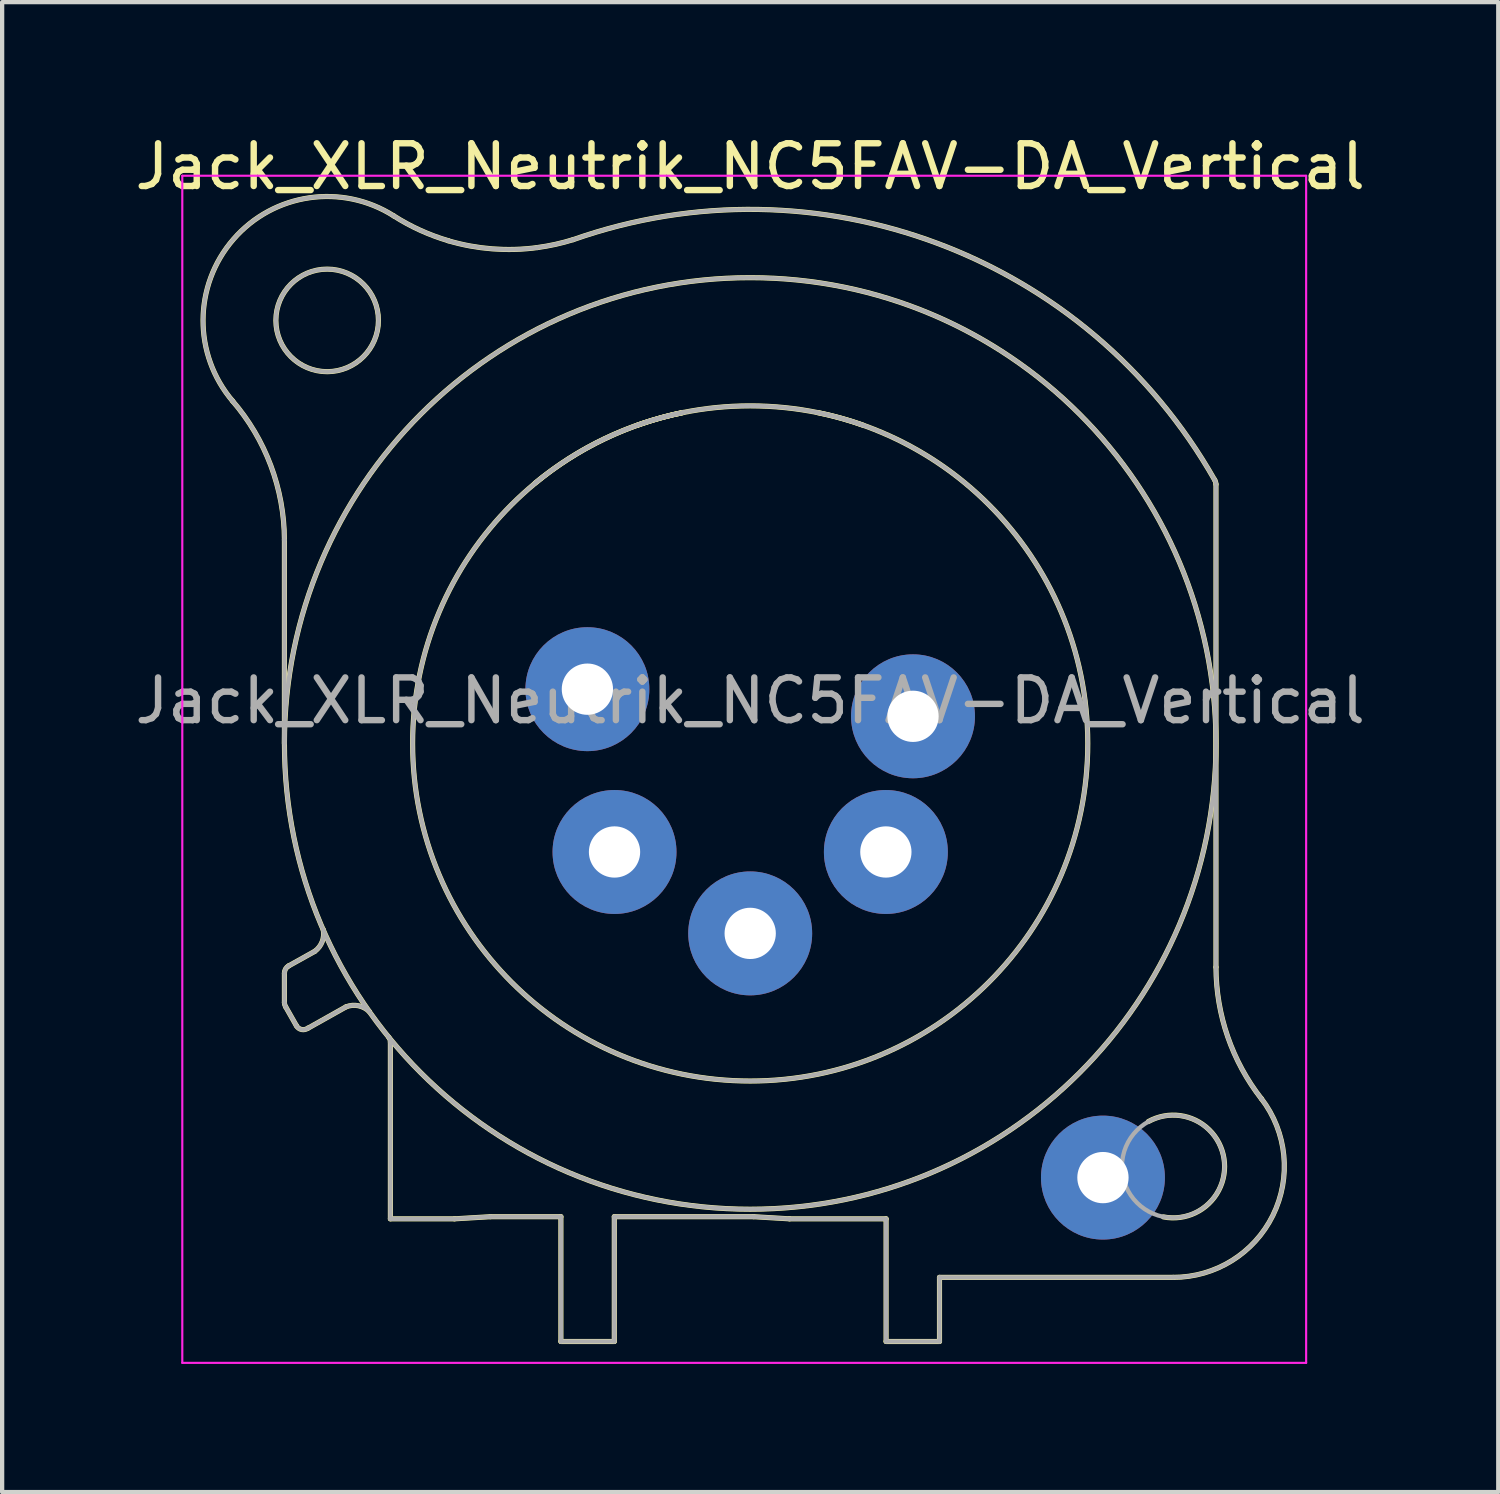
<source format=kicad_pcb>
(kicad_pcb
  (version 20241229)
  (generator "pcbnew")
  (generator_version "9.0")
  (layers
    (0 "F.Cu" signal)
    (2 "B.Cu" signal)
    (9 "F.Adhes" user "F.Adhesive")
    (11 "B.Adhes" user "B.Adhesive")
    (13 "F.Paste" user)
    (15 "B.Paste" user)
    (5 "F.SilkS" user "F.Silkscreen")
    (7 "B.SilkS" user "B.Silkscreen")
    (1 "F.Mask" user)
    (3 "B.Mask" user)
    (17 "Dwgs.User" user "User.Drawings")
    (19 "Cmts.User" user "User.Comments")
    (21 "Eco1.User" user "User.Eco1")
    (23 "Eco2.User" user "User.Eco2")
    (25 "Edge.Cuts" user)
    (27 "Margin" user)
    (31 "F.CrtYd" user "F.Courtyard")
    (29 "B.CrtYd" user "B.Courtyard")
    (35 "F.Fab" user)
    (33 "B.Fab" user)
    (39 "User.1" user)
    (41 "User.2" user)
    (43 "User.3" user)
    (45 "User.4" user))
  (footprint "Jack_XLR_Neutrik_NC5FAV-DA_Vertical"
    (layer "F.Cu")
    (at 18.316 13.713)
    (property "Reference" "Jack_XLR_Neutrik_NC5FAV-DA_Vertical" (at -3.81 -12.865 0) (layer "F.SilkS") (effects (font (size 1 1) (thickness 0.15))))
    (attr through_hole)
    (fp_line (start -14.71 0.635) (end -14.71 -4.13) (stroke (width 0.12) (type solid)) (layer "F.SilkS"))
    (fp_line (start -14.71 6.01) (end -14.71 6.7) (stroke (width 0.12) (type solid)) (layer "F.SilkS"))
    (fp_line (start -14.68 6.8) (end -14.43 7.24) (stroke (width 0.12) (type solid)) (layer "F.SilkS"))
    (fp_line (start -14.61 5.84) (end -14 5.5) (stroke (width 0.12) (type solid)) (layer "F.SilkS"))
    (fp_line (start -14.16 7.3) (end -13.27 6.8) (stroke (width 0.12) (type solid)) (layer "F.SilkS"))
    (fp_line (start -12.23 11.76) (end -12.23 7.62) (stroke (width 0.12) (type solid)) (layer "F.SilkS"))
    (fp_line (start -10.73 11.76) (end -12.23 11.76) (stroke (width 0.12) (type solid)) (layer "F.SilkS"))
    (fp_line (start -9.89 11.71) (end -10.73 11.76) (stroke (width 0.12) (type solid)) (layer "F.SilkS"))
    (fp_line (start -8.24 11.71) (end -9.89 11.71) (stroke (width 0.12) (type solid)) (layer "F.SilkS"))
    (fp_line (start -8.24 11.71) (end -8.24 14.63) (stroke (width 0.12) (type solid)) (layer "F.SilkS"))
    (fp_line (start -6.99 14.63) (end -8.24 14.63) (stroke (width 0.12) (type solid)) (layer "F.SilkS"))
    (fp_line (start -6.99 14.63) (end -6.99 11.71) (stroke (width 0.12) (type solid)) (layer "F.SilkS"))
    (fp_line (start -3.73 11.71) (end -6.99 11.71) (stroke (width 0.12) (type solid)) (layer "F.SilkS"))
    (fp_line (start -2.89 11.76) (end -3.73 11.71) (stroke (width 0.12) (type solid)) (layer "F.SilkS"))
    (fp_line (start -0.63 11.76) (end -2.89 11.76) (stroke (width 0.12) (type solid)) (layer "F.SilkS"))
    (fp_line (start -0.63 11.76) (end -0.63 14.63) (stroke (width 0.12) (type solid)) (layer "F.SilkS"))
    (fp_line (start 0.62 14.63) (end -0.63 14.63) (stroke (width 0.12) (type solid)) (layer "F.SilkS"))
    (fp_line (start 0.62 14.63) (end 0.62 13.13) (stroke (width 0.12) (type solid)) (layer "F.SilkS"))
    (fp_line (start 6.09 13.13) (end 0.62 13.13) (stroke (width 0.12) (type solid)) (layer "F.SilkS"))
    (fp_line (start 7.09 -5.43) (end 7.09 5.87) (stroke (width 0.12) (type solid)) (layer "F.SilkS"))
    (fp_arc (start -15.929066 -7.385564) (mid -15.028115 -5.866905) (end -14.71 -4.13) (stroke (width 0.12) (type solid)) (layer "F.SilkS"))
    (fp_arc (start -15.918146 -7.373153) (mid -15.902506 -11.164998) (end -12.15 -11.71) (stroke (width 0.12) (type solid)) (layer "F.SilkS"))
    (fp_arc (start -14.709743 6.009652) (mid -14.682878 5.9113) (end -14.61 5.84) (stroke (width 0.12) (type solid)) (layer "F.SilkS"))
    (fp_arc (start -14.682649 6.795385) (mid -14.703027 6.749614) (end -14.71 6.7) (stroke (width 0.12) (type solid)) (layer "F.SilkS"))
    (fp_arc (start -14.160142 7.297076) (mid -14.307987 7.329603) (end -14.43 7.24) (stroke (width 0.12) (type solid)) (layer "F.SilkS"))
    (fp_arc (start -13.801628 4.991381) (mid -13.826689 5.274601) (end -14 5.5) (stroke (width 0.12) (type solid)) (layer "F.SilkS"))
    (fp_arc (start -13.27 6.8) (mid -12.979462 6.773118) (end -12.722228 6.910835) (stroke (width 0.12) (type solid)) (layer "F.SilkS"))
    (fp_arc (start -12.267885 7.513016) (mid -12.239751 7.563253) (end -12.23 7.62) (stroke (width 0.12) (type solid)) (layer "F.SilkS"))
    (fp_arc (start -10.874228 -11.129536) (mid -11.532536 -11.374883) (end -12.15 -11.71) (stroke (width 0.12) (type solid)) (layer "F.SilkS"))
    (fp_arc (start -8.842926 -5.457584) (mid -7.213275 -6.497156) (end -5.38 -7.11) (stroke (width 0.12) (type solid)) (layer "F.SilkS"))
    (fp_arc (start -8.78758 -10.969733) (mid -9.842283 -10.938982) (end -10.88 -11.13) (stroke (width 0.12) (type solid)) (layer "F.SilkS"))
    (fp_arc (start -7.953762 -11.154656) (mid -8.367971 -11.044621) (end -8.79 -10.97) (stroke (width 0.12) (type solid)) (layer "F.SilkS"))
    (fp_arc (start -7.952655 -11.154934) (mid 0.574548 -11.067131) (end 7.06 -5.53) (stroke (width 0.12) (type solid)) (layer "F.SilkS"))
    (fp_arc (start -6.455617 -6.811518) (mid -5.923085 -6.979774) (end -5.38 -7.11) (stroke (width 0.12) (type solid)) (layer "F.SilkS"))
    (fp_arc (start -2.235447 -7.109114) (mid -1.692436 -6.978569) (end -1.16 -6.81) (stroke (width 0.12) (type solid)) (layer "F.SilkS"))
    (fp_arc (start 5.507701 9.483226) (mid 7.277502 10.347546) (end 5.86 11.715) (stroke (width 0.12) (type solid)) (layer "F.SilkS"))
    (fp_arc (start 7.056349 -5.537362) (mid 7.080146 -5.485866) (end 7.09 -5.43) (stroke (width 0.12) (type solid)) (layer "F.SilkS"))
    (fp_arc (start 8.152719 8.94722) (mid 8.42187 11.679951) (end 6.09 13.13) (stroke (width 0.12) (type solid)) (layer "F.SilkS"))
    (fp_arc (start 8.154941 8.951603) (mid 7.36532 7.499668) (end 7.09 5.87) (stroke (width 0.12) (type solid)) (layer "F.SilkS"))
    (fp_circle (center -13.71 -9.265) (end -12.51 -9.265) (stroke (width 0.12) (type solid)) (fill no) (layer "F.SilkS"))
    (fp_circle (center -3.81 0.635) (end 4.09 0.635) (stroke (width 0.12) (type solid)) (fill no) (layer "F.SilkS"))
    (fp_circle (center -3.81 0.635) (end 7.09 0.635) (stroke (width 0.12) (type solid)) (fill no) (layer "F.SilkS"))
    (fp_line (start -17.1 -12.65) (end 9.2 -12.65) (stroke (width 0.05) (type solid)) (layer "F.CrtYd"))
    (fp_line (start -17.1 15.13) (end -17.1 -12.65) (stroke (width 0.05) (type solid)) (layer "F.CrtYd"))
    (fp_line (start 9.2 -12.65) (end 9.2 15.13) (stroke (width 0.05) (type solid)) (layer "F.CrtYd"))
    (fp_line (start 9.2 15.13) (end -17.1 15.13) (stroke (width 0.05) (type solid)) (layer "F.CrtYd"))
    (fp_line (start -14.71 0.635) (end -14.71 -4.13) (stroke (width 0.1) (type solid)) (layer "F.Fab"))
    (fp_line (start -14.71 6.01) (end -14.71 6.7) (stroke (width 0.1) (type solid)) (layer "F.Fab"))
    (fp_line (start -14.68 6.8) (end -14.43 7.24) (stroke (width 0.1) (type solid)) (layer "F.Fab"))
    (fp_line (start -14.61 5.84) (end -14 5.5) (stroke (width 0.1) (type solid)) (layer "F.Fab"))
    (fp_line (start -14.16 7.3) (end -13.27 6.8) (stroke (width 0.1) (type solid)) (layer "F.Fab"))
    (fp_line (start -12.23 11.76) (end -12.23 7.62) (stroke (width 0.1) (type solid)) (layer "F.Fab"))
    (fp_line (start -10.73 11.76) (end -12.23 11.76) (stroke (width 0.1) (type solid)) (layer "F.Fab"))
    (fp_line (start -9.89 11.71) (end -10.73 11.76) (stroke (width 0.1) (type solid)) (layer "F.Fab"))
    (fp_line (start -8.24 11.71) (end -9.89 11.71) (stroke (width 0.1) (type solid)) (layer "F.Fab"))
    (fp_line (start -8.24 11.71) (end -8.24 14.63) (stroke (width 0.1) (type solid)) (layer "F.Fab"))
    (fp_line (start -6.99 14.63) (end -8.24 14.63) (stroke (width 0.1) (type solid)) (layer "F.Fab"))
    (fp_line (start -6.99 14.63) (end -6.99 11.71) (stroke (width 0.1) (type solid)) (layer "F.Fab"))
    (fp_line (start -3.73 11.71) (end -6.99 11.71) (stroke (width 0.1) (type solid)) (layer "F.Fab"))
    (fp_line (start -2.89 11.76) (end -3.73 11.71) (stroke (width 0.1) (type solid)) (layer "F.Fab"))
    (fp_line (start -0.63 11.76) (end -2.89 11.76) (stroke (width 0.1) (type solid)) (layer "F.Fab"))
    (fp_line (start -0.63 11.76) (end -0.63 14.63) (stroke (width 0.1) (type solid)) (layer "F.Fab"))
    (fp_line (start 0.62 14.63) (end -0.63 14.63) (stroke (width 0.1) (type solid)) (layer "F.Fab"))
    (fp_line (start 0.62 14.63) (end 0.62 13.13) (stroke (width 0.1) (type solid)) (layer "F.Fab"))
    (fp_line (start 6.09 13.13) (end 0.62 13.13) (stroke (width 0.1) (type solid)) (layer "F.Fab"))
    (fp_line (start 7.09 -5.43) (end 7.09 5.87) (stroke (width 0.1) (type solid)) (layer "F.Fab"))
    (fp_arc (start -15.929066 -7.385564) (mid -15.028115 -5.866905) (end -14.71 -4.13) (stroke (width 0.1) (type solid)) (layer "F.Fab"))
    (fp_arc (start -15.918146 -7.373153) (mid -15.902506 -11.164998) (end -12.15 -11.71) (stroke (width 0.1) (type solid)) (layer "F.Fab"))
    (fp_arc (start -14.709743 6.009652) (mid -14.682878 5.9113) (end -14.61 5.84) (stroke (width 0.1) (type solid)) (layer "F.Fab"))
    (fp_arc (start -14.682649 6.795385) (mid -14.703027 6.749614) (end -14.71 6.7) (stroke (width 0.1) (type solid)) (layer "F.Fab"))
    (fp_arc (start -14.160142 7.297076) (mid -14.307987 7.329603) (end -14.43 7.24) (stroke (width 0.1) (type solid)) (layer "F.Fab"))
    (fp_arc (start -13.801628 4.991381) (mid -13.826689 5.274601) (end -14 5.5) (stroke (width 0.1) (type solid)) (layer "F.Fab"))
    (fp_arc (start -13.27 6.8) (mid -12.979462 6.773118) (end -12.722228 6.910835) (stroke (width 0.1) (type solid)) (layer "F.Fab"))
    (fp_arc (start -12.267885 7.513016) (mid -12.239751 7.563253) (end -12.23 7.62) (stroke (width 0.1) (type solid)) (layer "F.Fab"))
    (fp_arc (start -10.874228 -11.129536) (mid -11.532536 -11.374883) (end -12.15 -11.71) (stroke (width 0.1) (type solid)) (layer "F.Fab"))
    (fp_arc (start -8.842926 -5.457584) (mid -7.213275 -6.497156) (end -5.38 -7.11) (stroke (width 0.1) (type solid)) (layer "F.Fab"))
    (fp_arc (start -8.78758 -10.969733) (mid -9.842283 -10.938982) (end -10.88 -11.13) (stroke (width 0.1) (type solid)) (layer "F.Fab"))
    (fp_arc (start -7.953762 -11.154656) (mid -8.367971 -11.044621) (end -8.79 -10.97) (stroke (width 0.1) (type solid)) (layer "F.Fab"))
    (fp_arc (start -7.952655 -11.154934) (mid 0.574548 -11.067131) (end 7.06 -5.53) (stroke (width 0.1) (type solid)) (layer "F.Fab"))
    (fp_arc (start -6.455617 -6.811518) (mid -5.923085 -6.979774) (end -5.38 -7.11) (stroke (width 0.1) (type solid)) (layer "F.Fab"))
    (fp_arc (start -2.235447 -7.109114) (mid -1.692436 -6.978569) (end -1.16 -6.81) (stroke (width 0.1) (type solid)) (layer "F.Fab"))
    (fp_arc (start 7.056349 -5.537362) (mid 7.080146 -5.485866) (end 7.09 -5.43) (stroke (width 0.1) (type solid)) (layer "F.Fab"))
    (fp_arc (start 8.152719 8.94722) (mid 8.42187 11.679951) (end 6.09 13.13) (stroke (width 0.1) (type solid)) (layer "F.Fab"))
    (fp_arc (start 8.154941 8.951603) (mid 7.36532 7.499668) (end 7.09 5.87) (stroke (width 0.1) (type solid)) (layer "F.Fab"))
    (fp_circle (center -13.71 -9.265) (end -12.51 -9.265) (stroke (width 0.1) (type solid)) (fill no) (layer "F.Fab"))
    (fp_circle (center -3.81 0.635) (end 4.09 0.635) (stroke (width 0.1) (type solid)) (fill no) (layer "F.Fab"))
    (fp_circle (center -3.81 0.635) (end 7.09 0.635) (stroke (width 0.1) (type solid)) (fill no) (layer "F.Fab"))
    (fp_circle (center 6.09 10.535) (end 7.29 10.535) (stroke (width 0.1) (type solid)) (fill no) (layer "F.Fab"))
    (fp_text user "${REFERENCE}" (at -3.81 -0.365 0) (layer "F.Fab") (effects (font (size 1 1) (thickness 0.15))))
    (pad "1" thru_hole circle (at 0 0) (size 2.9 2.9) (drill 1.2) (layers "*.Cu" "*.Mask"))
    (pad "2" thru_hole circle (at -0.635 3.175) (size 2.9 2.9) (drill 1.2) (layers "*.Cu" "*.Mask"))
    (pad "3" thru_hole circle (at -3.81 5.08) (size 2.9 2.9) (drill 1.2) (layers "*.Cu" "*.Mask"))
    (pad "4" thru_hole circle (at -6.985 3.175) (size 2.9 2.9) (drill 1.2) (layers "*.Cu" "*.Mask"))
    (pad "5" thru_hole circle (at -7.62 -0.635) (size 2.9 2.9) (drill 1.2) (layers "*.Cu" "*.Mask"))
    (pad "G" thru_hole circle (at 4.445 10.795) (size 2.9 2.9) (drill 1.2) (layers "*.Cu" "*.Mask")))
  (gr_rect
    (start -3 -3)
    (end 32.012 31.868)
    (stroke (width 0.1) (type default))
    (fill no)
    (layer "Edge.Cuts")))
</source>
